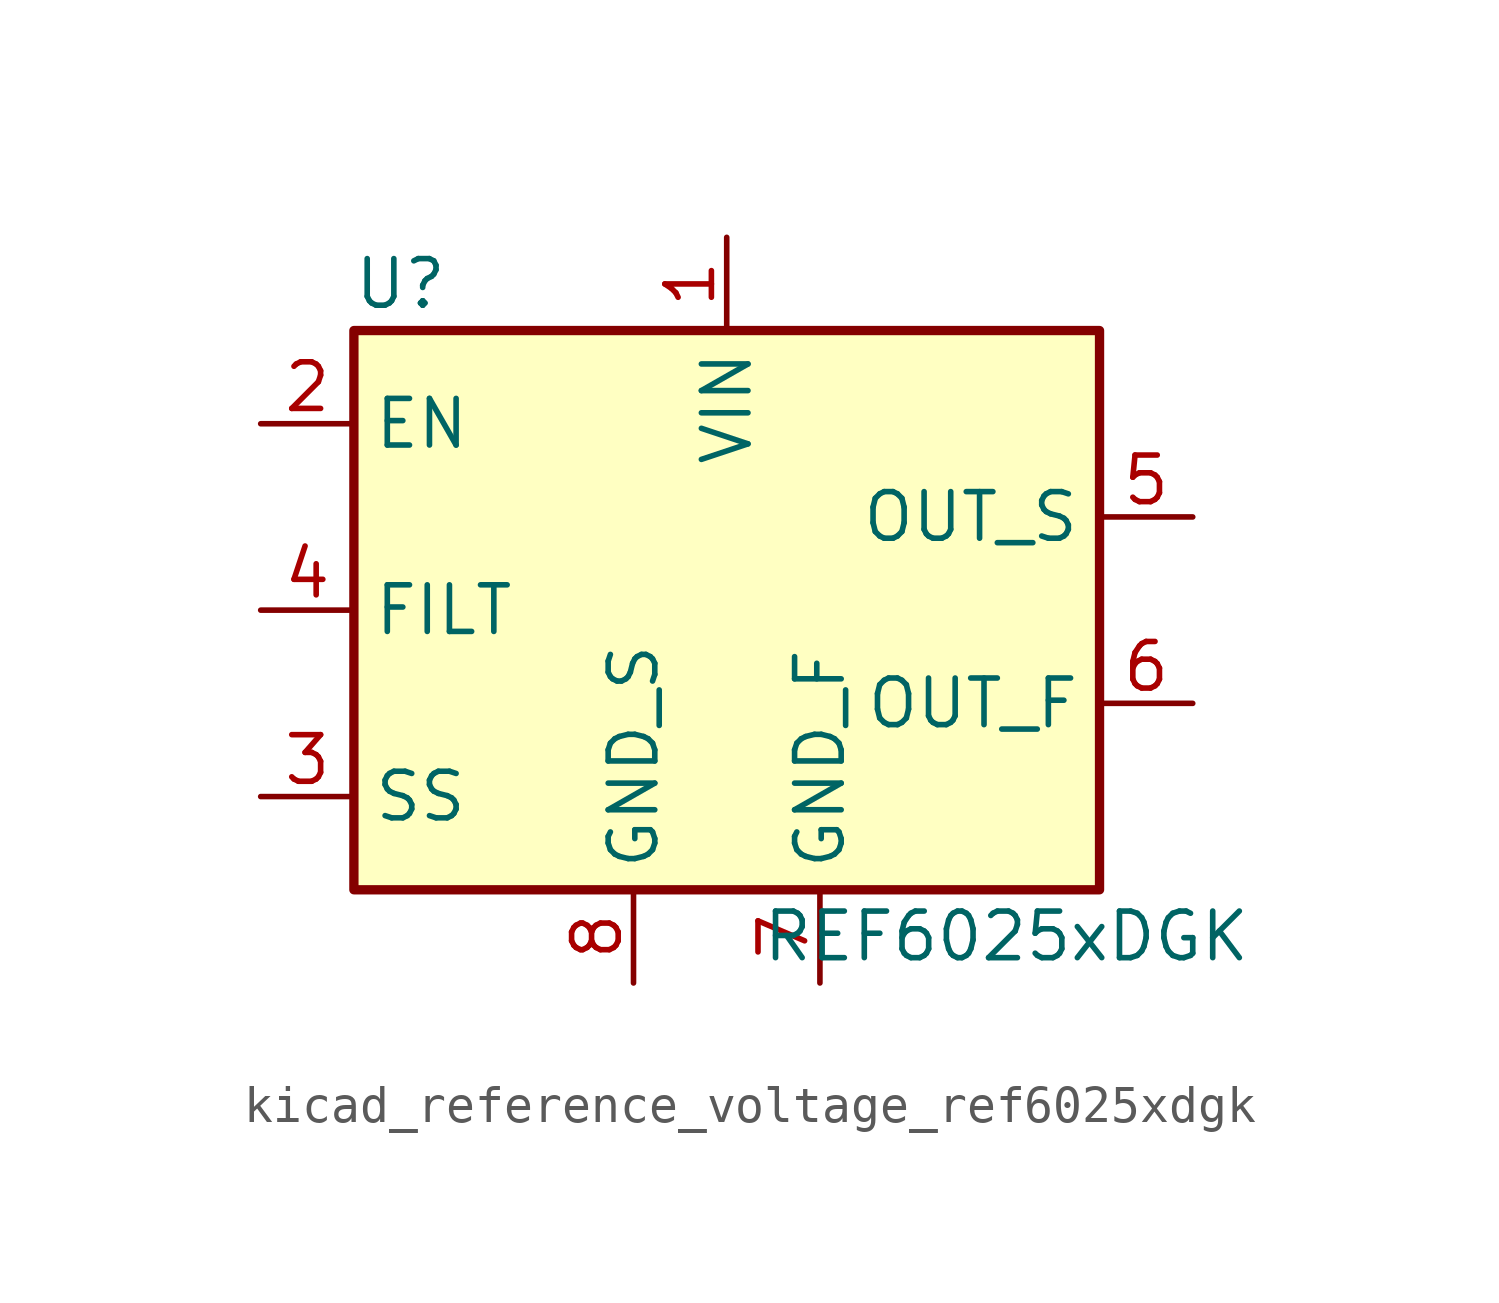
<source format=kicad_sym>
(kicad_symbol_lib
  (version 20220914)
  (generator kicad_symbol_editor)
  (symbol "kicad_reference_voltage_ref6025xdgk"
    (property "Reference" "U"
      (at -8.89 8.89 0)
      (effects (font (size 1.27 1.27))))
    (property "Value" "REF6025xDGK"
      (at 7.62 -8.89 0)
      (effects (font (size 1.27 1.27))))
    (symbol "kicad_reference_voltage_ref6025xdgk_0_1"
      (rectangle (start -10.16 7.62) (end 10.16 -7.62) (stroke (width 0.254) (type default)) (fill (type background))))
    (symbol "kicad_reference_voltage_ref6025xdgk_1_1"
      (pin power_in line (at 0 10.16 270) (length 2.54) (name "VIN" (effects (font (size 1.27 1.27)))) (number "1" (effects (font (size 1.27 1.27)))))
      (pin input line (at -12.7 5.08 0) (length 2.54) (name "EN" (effects (font (size 1.27 1.27)))) (number "2" (effects (font (size 1.27 1.27)))))
      (pin passive line (at -12.7 -5.08 0) (length 2.54) (name "SS" (effects (font (size 1.27 1.27)))) (number "3" (effects (font (size 1.27 1.27)))))
      (pin passive line (at -12.7 0 0) (length 2.54) (name "FILT" (effects (font (size 1.27 1.27)))) (number "4" (effects (font (size 1.27 1.27)))))
      (pin input line (at 12.7 2.54 180) (length 2.54) (name "OUT_S" (effects (font (size 1.27 1.27)))) (number "5" (effects (font (size 1.27 1.27)))))
      (pin output line (at 12.7 -2.54 180) (length 2.54) (name "OUT_F" (effects (font (size 1.27 1.27)))) (number "6" (effects (font (size 1.27 1.27)))))
      (pin power_in line (at 2.54 -10.16 90) (length 2.54) (name "GND_F" (effects (font (size 1.27 1.27)))) (number "7" (effects (font (size 1.27 1.27)))))
      (pin power_in line (at -2.54 -10.16 90) (length 2.54) (name "GND_S" (effects (font (size 1.27 1.27)))) (number "8" (effects (font (size 1.27 1.27))))))))
</source>
